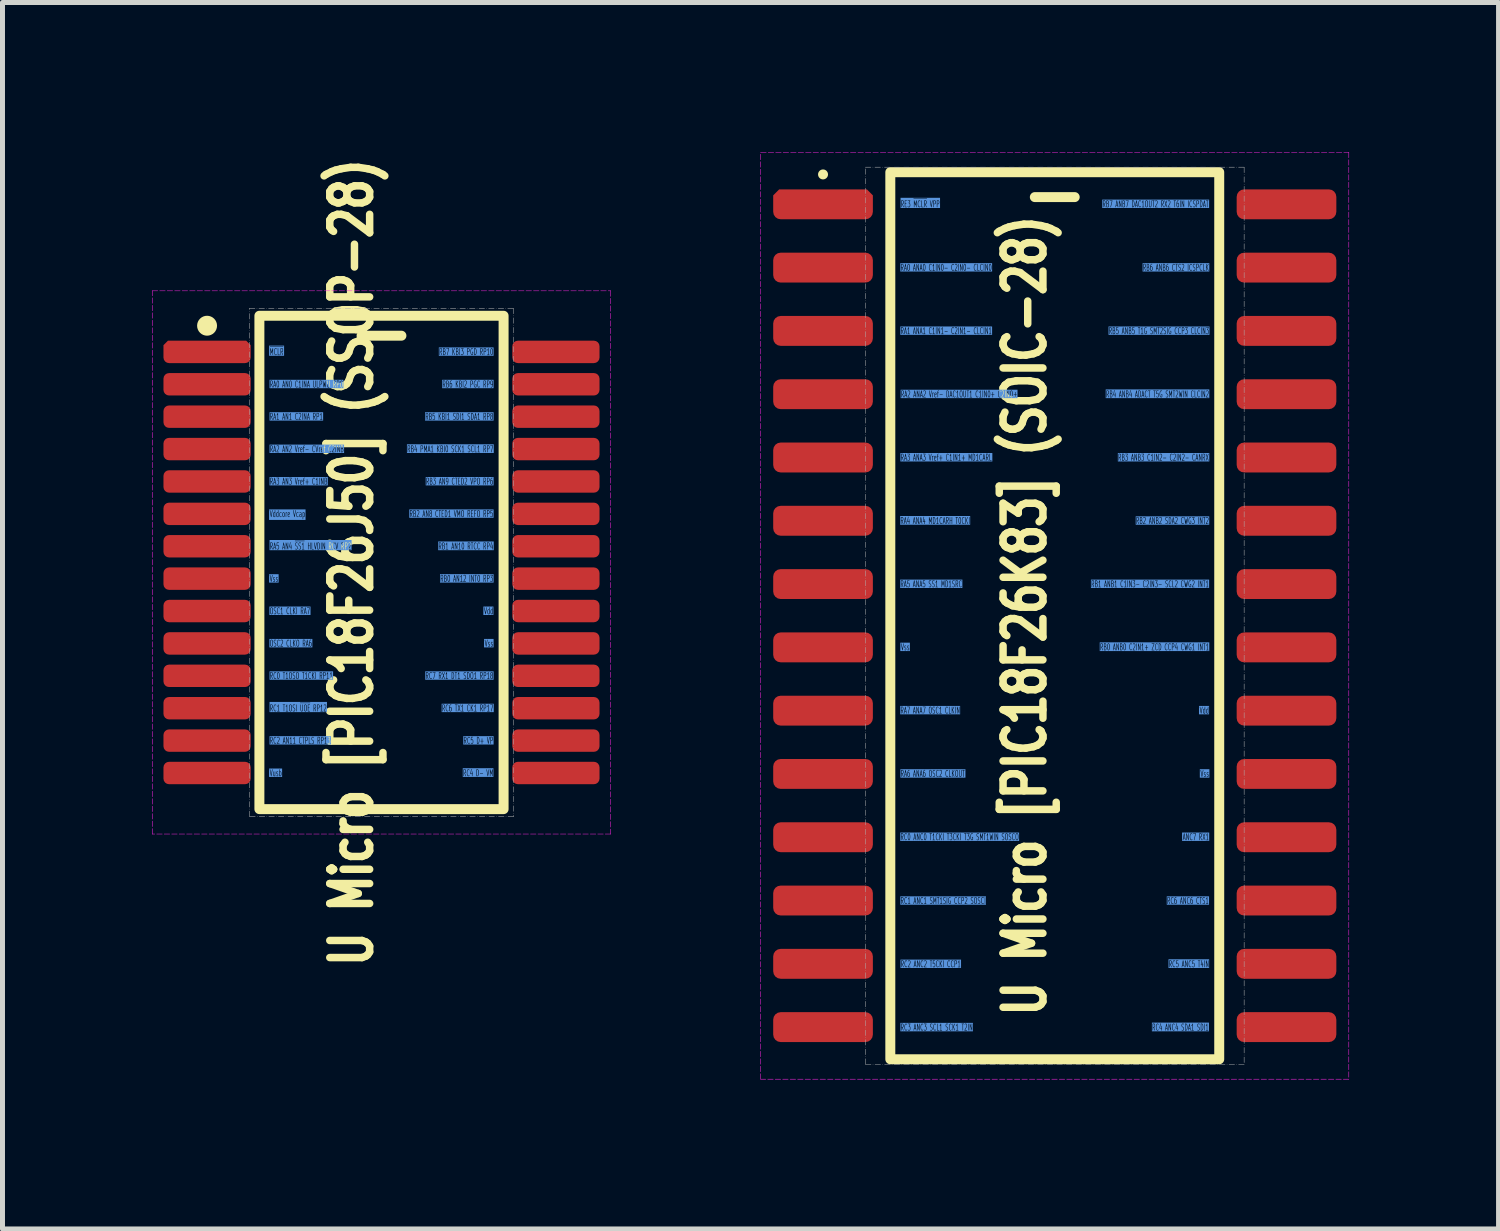
<source format=kicad_pcb>
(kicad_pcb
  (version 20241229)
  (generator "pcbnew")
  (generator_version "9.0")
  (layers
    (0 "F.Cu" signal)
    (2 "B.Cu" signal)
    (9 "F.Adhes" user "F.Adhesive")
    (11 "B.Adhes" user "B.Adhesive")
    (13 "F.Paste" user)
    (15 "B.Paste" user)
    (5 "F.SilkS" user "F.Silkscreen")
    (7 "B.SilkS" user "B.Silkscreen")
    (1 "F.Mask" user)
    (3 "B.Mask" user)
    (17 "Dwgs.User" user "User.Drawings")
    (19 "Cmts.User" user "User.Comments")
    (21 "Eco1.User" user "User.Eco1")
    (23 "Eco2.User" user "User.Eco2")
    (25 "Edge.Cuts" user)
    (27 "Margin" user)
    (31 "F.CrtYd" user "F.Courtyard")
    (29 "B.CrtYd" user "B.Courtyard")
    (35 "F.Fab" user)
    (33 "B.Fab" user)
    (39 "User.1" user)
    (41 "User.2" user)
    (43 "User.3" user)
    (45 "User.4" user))
  (footprint "U Micro [PIC18F26J50] (SSOP-28)"
    (layer "F.Cu")
    (at 4.605 8.236)
    (property "Reference" "U Micro [PIC18F26J50] (SSOP-28)" (at -0.6 0 90) (layer "F.SilkS") (effects (font (size 0.8 0.6) (thickness 0.15))))
    (attr smd)
    (fp_line (start -0.4 -4.55) (end 0.4 -4.55) (stroke (width 0.2) (type default)) (layer "F.SilkS"))
    (fp_rect (start -2.45 -4.95) (end 2.45 4.95) (stroke (width 0.2) (type default)) (fill no) (layer "F.SilkS"))
    (fp_circle (center -3.5 -4.75) (end -3.35 -4.75) (stroke (width 0.1) (type solid)) (fill yes) (layer "F.SilkS"))
    (fp_rect (start -4.6 -5.45) (end 4.6 5.45) (stroke (width 0.01) (type dash)) (fill no) (layer "F.CrtYd"))
    (fp_rect (start -2.65 -5.1) (end 2.65 5.1) (stroke (width 0.01) (type dash_dot)) (fill no) (layer "F.Fab"))
    (fp_text user "RC1 T1OSI ~{UOE} RP12" (at -2.25 2.925 0) (layer "Cmts.User" knockout) (effects (font (size 0.13 0.07) (thickness 0.01)) (justify left)))
    (fp_text user "RC4 D- VM" (at 2.25 4.225 0) (layer "Cmts.User" knockout) (effects (font (size 0.13 0.07) (thickness 0.01)) (justify right)))
    (fp_text user "Vdd" (at 2.25 0.975 0) (layer "Cmts.User" knockout) (effects (font (size 0.13 0.07) (thickness 0.01) (bold yes)) (justify right)))
    (fp_text user "Vddcore Vcap" (at -2.25 -0.975 0) (layer "Cmts.User" knockout) (effects (font (size 0.13 0.07) (thickness 0.01) (bold yes)) (justify left)))
    (fp_text user "~{MCLR}" (at -2.25 -4.225 0) (layer "Cmts.User" knockout) (effects (font (size 0.13 0.07) (thickness 0.01) (bold yes)) (justify left)))
    (fp_text user "RA5 AN4 ~{SS1} HLVDIN RCV RP2" (at -2.25 -0.325 0) (layer "Cmts.User" knockout) (effects (font (size 0.13 0.07) (thickness 0.01)) (justify left)))
    (fp_text user "RC6 TX1 CK1 RP17" (at 2.25 2.925 0) (layer "Cmts.User" knockout) (effects (font (size 0.13 0.07) (thickness 0.01)) (justify right)))
    (fp_text user "RB1 AN10 RTCC RP4" (at 2.25 -0.325 0) (layer "Cmts.User" knockout) (effects (font (size 0.13 0.07) (thickness 0.01)) (justify right)))
    (fp_text user "RA0 AN0 C1INA ULPWU RP0" (at -2.25 -3.575 0) (layer "Cmts.User" knockout) (effects (font (size 0.13 0.07) (thickness 0.01)) (justify left)))
    (fp_text user "OSC2 CLKO RA6" (at -2.25 1.625 0) (layer "Cmts.User" knockout) (effects (font (size 0.13 0.07) (thickness 0.01)) (justify left)))
    (fp_text user "Vss" (at 2.25 1.625 0) (layer "Cmts.User" knockout) (effects (font (size 0.13 0.07) (thickness 0.01) (bold yes)) (justify right)))
    (fp_text user "RA1 AN1 C2INA RP1" (at -2.25 -2.925 0) (layer "Cmts.User" knockout) (effects (font (size 0.13 0.07) (thickness 0.01)) (justify left)))
    (fp_text user "RB4 PMA1 KBI0 SCK1 SCL1 RP7" (at 2.25 -2.275 0) (layer "Cmts.User" knockout) (effects (font (size 0.13 0.07) (thickness 0.01)) (justify right)))
    (fp_text user "RB0 AN12 INT0 RP3" (at 2.25 0.325 0) (layer "Cmts.User" knockout) (effects (font (size 0.13 0.07) (thickness 0.01)) (justify right)))
    (fp_text user "Vusb" (at -2.25 4.225 0) (layer "Cmts.User" knockout) (effects (font (size 0.13 0.07) (thickness 0.01) (bold yes)) (justify left)))
    (fp_text user "RB2 AN8 CTED1 VMO REFO RP5" (at 2.25 -0.975 0) (layer "Cmts.User" knockout) (effects (font (size 0.13 0.07) (thickness 0.01)) (justify right)))
    (fp_text user "Vss" (at -2.25 0.325 0) (layer "Cmts.User" knockout) (effects (font (size 0.13 0.07) (thickness 0.01) (bold yes)) (justify left)))
    (fp_text user "RB5 KBI1 SDI1 SDA1 RP8" (at 2.25 -2.925 0) (layer "Cmts.User" knockout) (effects (font (size 0.13 0.07) (thickness 0.01)) (justify right)))
    (fp_text user "RB7 KBI3 PGD RP10" (at 2.25 -4.225 0) (layer "Cmts.User" knockout) (effects (font (size 0.13 0.07) (thickness 0.01) (bold yes)) (justify right)))
    (fp_text user "OSC1 CLKI RA7" (at -2.25 0.975 0) (layer "Cmts.User" knockout) (effects (font (size 0.13 0.07) (thickness 0.01)) (justify left)))
    (fp_text user "RC5 D+ VP" (at 2.25 3.575 0) (layer "Cmts.User" knockout) (effects (font (size 0.13 0.07) (thickness 0.01)) (justify right)))
    (fp_text user "RB3 AN9 CTED2 VPO RP6" (at 2.25 -1.625 0) (layer "Cmts.User" knockout) (effects (font (size 0.13 0.07) (thickness 0.01)) (justify right)))
    (fp_text user "RC0 T1OSO T1CKI RP11" (at -2.25 2.275 0) (layer "Cmts.User" knockout) (effects (font (size 0.13 0.07) (thickness 0.01)) (justify left)))
    (fp_text user "RC7 RX1 DT1 SDO1 RP18" (at 2.25 2.275 0) (layer "Cmts.User" knockout) (effects (font (size 0.13 0.07) (thickness 0.01)) (justify right)))
    (fp_text user "RA2 AN2 Vref- CVref C2INB" (at -2.25 -2.275 0) (layer "Cmts.User" knockout) (effects (font (size 0.13 0.07) (thickness 0.01)) (justify left)))
    (fp_text user "RB6 KBI2 PGC RP9" (at 2.25 -3.575 0) (layer "Cmts.User" knockout) (effects (font (size 0.13 0.07) (thickness 0.01) (bold yes)) (justify right)))
    (fp_text user "RC2 AN11 CTPLS RP13" (at -2.25 3.575 0) (layer "Cmts.User" knockout) (effects (font (size 0.13 0.07) (thickness 0.01)) (justify left)))
    (fp_text user "RA3 AN3 Vref+ C1INB" (at -2.25 -1.625 0) (layer "Cmts.User" knockout) (effects (font (size 0.13 0.07) (thickness 0.01)) (justify left)))
    (pad "1" smd roundrect (at -3.5 -4.225) (size 1.75 0.45) (layers "F.Cu" "F.Mask" "F.Paste") (roundrect_rratio 0.25) (chamfer_ratio 0.2) (chamfer top_left top_right))
    (pad "2" smd roundrect (at -3.5 -3.575) (size 1.75 0.45) (layers "F.Cu" "F.Mask" "F.Paste") (roundrect_rratio 0.25))
    (pad "3" smd roundrect (at -3.5 -2.925) (size 1.75 0.45) (layers "F.Cu" "F.Mask" "F.Paste") (roundrect_rratio 0.25))
    (pad "4" smd roundrect (at -3.5 -2.275) (size 1.75 0.45) (layers "F.Cu" "F.Mask" "F.Paste") (roundrect_rratio 0.25))
    (pad "5" smd roundrect (at -3.5 -1.625) (size 1.75 0.45) (layers "F.Cu" "F.Mask" "F.Paste") (roundrect_rratio 0.25))
    (pad "6" smd roundrect (at -3.5 -0.975) (size 1.75 0.45) (layers "F.Cu" "F.Mask" "F.Paste") (roundrect_rratio 0.25))
    (pad "7" smd roundrect (at -3.5 -0.325) (size 1.75 0.45) (layers "F.Cu" "F.Mask" "F.Paste") (roundrect_rratio 0.25))
    (pad "8" smd roundrect (at -3.5 0.325) (size 1.75 0.45) (layers "F.Cu" "F.Mask" "F.Paste") (roundrect_rratio 0.25))
    (pad "9" smd roundrect (at -3.5 0.975) (size 1.75 0.45) (layers "F.Cu" "F.Mask" "F.Paste") (roundrect_rratio 0.25))
    (pad "10" smd roundrect (at -3.5 1.625) (size 1.75 0.45) (layers "F.Cu" "F.Mask" "F.Paste") (roundrect_rratio 0.25))
    (pad "11" smd roundrect (at -3.5 2.275) (size 1.75 0.45) (layers "F.Cu" "F.Mask" "F.Paste") (roundrect_rratio 0.25))
    (pad "12" smd roundrect (at -3.5 2.925) (size 1.75 0.45) (layers "F.Cu" "F.Mask" "F.Paste") (roundrect_rratio 0.25))
    (pad "13" smd roundrect (at -3.5 3.575) (size 1.75 0.45) (layers "F.Cu" "F.Mask" "F.Paste") (roundrect_rratio 0.25))
    (pad "14" smd roundrect (at -3.5 4.225) (size 1.75 0.45) (layers "F.Cu" "F.Mask" "F.Paste") (roundrect_rratio 0.25))
    (pad "15" smd roundrect (at 3.5 4.225) (size 1.75 0.45) (layers "F.Cu" "F.Mask" "F.Paste") (roundrect_rratio 0.25))
    (pad "16" smd roundrect (at 3.5 3.575) (size 1.75 0.45) (layers "F.Cu" "F.Mask" "F.Paste") (roundrect_rratio 0.25))
    (pad "17" smd roundrect (at 3.5 2.925) (size 1.75 0.45) (layers "F.Cu" "F.Mask" "F.Paste") (roundrect_rratio 0.25))
    (pad "18" smd roundrect (at 3.5 2.275) (size 1.75 0.45) (layers "F.Cu" "F.Mask" "F.Paste") (roundrect_rratio 0.25))
    (pad "19" smd roundrect (at 3.5 1.625) (size 1.75 0.45) (layers "F.Cu" "F.Mask" "F.Paste") (roundrect_rratio 0.25))
    (pad "20" smd roundrect (at 3.5 0.975) (size 1.75 0.45) (layers "F.Cu" "F.Mask" "F.Paste") (roundrect_rratio 0.25))
    (pad "21" smd roundrect (at 3.5 0.325) (size 1.75 0.45) (layers "F.Cu" "F.Mask" "F.Paste") (roundrect_rratio 0.25))
    (pad "22" smd roundrect (at 3.5 -0.325) (size 1.75 0.45) (layers "F.Cu" "F.Mask" "F.Paste") (roundrect_rratio 0.25))
    (pad "23" smd roundrect (at 3.5 -0.975) (size 1.75 0.45) (layers "F.Cu" "F.Mask" "F.Paste") (roundrect_rratio 0.25))
    (pad "24" smd roundrect (at 3.5 -1.625) (size 1.75 0.45) (layers "F.Cu" "F.Mask" "F.Paste") (roundrect_rratio 0.25))
    (pad "25" smd roundrect (at 3.5 -2.275) (size 1.75 0.45) (layers "F.Cu" "F.Mask" "F.Paste") (roundrect_rratio 0.25))
    (pad "26" smd roundrect (at 3.5 -2.925) (size 1.75 0.45) (layers "F.Cu" "F.Mask" "F.Paste") (roundrect_rratio 0.25))
    (pad "27" smd roundrect (at 3.5 -3.575) (size 1.75 0.45) (layers "F.Cu" "F.Mask" "F.Paste") (roundrect_rratio 0.25))
    (pad "28" smd roundrect (at 3.5 -4.225) (size 1.75 0.45) (layers "F.Cu" "F.Mask" "F.Paste") (roundrect_rratio 0.25)))
  (footprint "U Micro [PIC18F26K83] (SOIC-28)"
    (layer "F.Cu")
    (at 18.115 9.305)
    (property "Reference" "U Micro [PIC18F26K83] (SOIC-28)" (at -0.6 0 90) (layer "F.SilkS") (effects (font (size 0.8 0.6) (thickness 0.15))))
    (attr smd)
    (fp_line (start -0.4 -8.4) (end 0.4 -8.4) (stroke (width 0.2) (type default)) (layer "F.SilkS"))
    (fp_rect (start 3.3 8.9) (end -3.3 -8.9) (stroke (width 0.2) (type default)) (fill no) (layer "F.SilkS"))
    (fp_circle (center -4.65 -8.855) (end -4.6 -8.855) (stroke (width 0.1) (type solid)) (fill yes) (layer "F.SilkS"))
    (fp_rect (start -5.9 -9.3) (end 5.9 9.3) (stroke (width 0.01) (type dash)) (fill no) (layer "F.CrtYd"))
    (fp_rect (start -3.8 -9) (end 3.8 9) (stroke (width 0.01) (type dash_dot)) (fill no) (layer "F.Fab"))
    (fp_text user "RA2 ANA2 Vref- DAC1OUT1 C1IN0+ C2IN0+" (at -1.92 -4.445 0) (layer "Cmts.User" knockout) (effects (font (size 0.13 0.07) (thickness 0.01) (bold yes))))
    (fp_text user "RC0 ANC0 T1CKI T3CKI T3G SMT1WIN SOSCO" (at -1.91 4.44 0) (layer "Cmts.User" knockout) (effects (font (size 0.13 0.07) (thickness 0.01))))
    (fp_text user "RC2 ANC2 T5CKI CCP1" (at -2.49 6.99 0) (layer "Cmts.User" knockout) (effects (font (size 0.13 0.07) (thickness 0.01))))
    (fp_text user "RB1 ANB1 C1IN3- C2IN3- SCL2 CWG2 INT1" (at 1.91 -0.635 0) (layer "Cmts.User" knockout) (effects (font (size 0.13 0.07) (thickness 0.01))))
    (fp_text user "RA7 ANA7 OSC1 CLKIN" (at -2.5 1.9 0) (layer "Cmts.User" knockout) (effects (font (size 0.13 0.07) (thickness 0.01))))
    (fp_text user "RA3 ANA3 Vref+ C1IN1+ MD1CARL" (at -2.18 -3.175 0) (layer "Cmts.User" knockout) (effects (font (size 0.13 0.07) (thickness 0.01))))
    (fp_text user "RC4 ANC4 SDA1 SDI1" (at 2.52 8.26 0) (layer "Cmts.User" knockout) (effects (font (size 0.13 0.07) (thickness 0.01) (bold yes))))
    (fp_text user "RB5 ANB5 T1G SMT2SIG CCP3 CLCIN3" (at 2.09 -5.715 0) (layer "Cmts.User" knockout) (effects (font (size 0.13 0.07) (thickness 0.01))))
    (fp_text user "RA0 ANA0 C1IN0- C2IN0- CLCIN0" (at -2.18 -6.985 0) (layer "Cmts.User" knockout) (effects (font (size 0.13 0.07) (thickness 0.01))))
    (fp_text user "RB6 ANB6 CTS2 ICSPCLK" (at 2.43 -6.985 0) (layer "Cmts.User" knockout) (effects (font (size 0.13 0.07) (thickness 0.01))))
    (fp_text user "RA4 ANA4 MD1CARH T0CKI" (at -2.4 -1.905 0) (layer "Cmts.User" knockout) (effects (font (size 0.13 0.07) (thickness 0.01))))
    (fp_text user "RB4 ANB4 ADACT T5G SMT2WIN CLCIN2" (at 2.06 -4.445 0) (layer "Cmts.User" knockout) (effects (font (size 0.13 0.07) (thickness 0.01) (bold yes))))
    (fp_text user "RE3 ~{MCLR} VPP" (at -2.7 -8.26 0) (layer "Cmts.User" knockout) (effects (font (size 0.13 0.07) (thickness 0.01) (bold yes))))
    (fp_text user "RB2 ANB2 SDA2 CWG3 INT2" (at 2.36 -1.905 0) (layer "Cmts.User" knockout) (effects (font (size 0.13 0.07) (thickness 0.01) (bold yes))))
    (fp_text user "RC6 ANC6 CTS1" (at 2.67 5.72 0) (layer "Cmts.User" knockout) (effects (font (size 0.13 0.07) (thickness 0.01))))
    (fp_text user "RA6 ANA6 OSC2 CLKOUT" (at -2.45 3.17 0) (layer "Cmts.User" knockout) (effects (font (size 0.13 0.07) (thickness 0.01))))
    (fp_text user "ANC7 RX1" (at 2.83 4.44 0) (layer "Cmts.User" knockout) (effects (font (size 0.13 0.07) (thickness 0.01))))
    (fp_text user "RB3 ANB3 C1IN2- C2IN2- CANRX" (at 2.18 -3.175 0) (layer "Cmts.User" knockout) (effects (font (size 0.13 0.07) (thickness 0.01) (bold yes))))
    (fp_text user "RB0 ANB0 C2IN1+ ZCD CCP4 CWG1 INT1" (at 2 0.63 0) (layer "Cmts.User" knockout) (effects (font (size 0.13 0.07) (thickness 0.01) (bold yes))))
    (fp_text user "RC1 ANC1 SMT1SIG CCP2 SOSCI" (at -2.24 5.72 0) (layer "Cmts.User" knockout) (effects (font (size 0.13 0.07) (thickness 0.01))))
    (fp_text user "Vss" (at 3.01 3.17 0) (layer "Cmts.User" knockout) (effects (font (size 0.13 0.07) (thickness 0.01))))
    (fp_text user "RC5 ANC5 T4IN" (at 2.69 6.99 0) (layer "Cmts.User" knockout) (effects (font (size 0.13 0.07) (thickness 0.01) (bold yes))))
    (fp_text user "RA5 ANA5 SS1 MD1SRC" (at -2.48 -0.635 0) (layer "Cmts.User" knockout) (effects (font (size 0.13 0.07) (thickness 0.01))))
    (fp_text user "RC3 ANC3 SCL1 SCK1 T2IN" (at -2.37 8.26 0) (layer "Cmts.User" knockout) (effects (font (size 0.13 0.07) (thickness 0.01))))
    (fp_text user "Vdd" (at 3 1.9 0) (layer "Cmts.User" knockout) (effects (font (size 0.13 0.07) (thickness 0.01) (bold yes))))
    (fp_text user "Vss" (at -3 0.63 0) (layer "Cmts.User" knockout) (effects (font (size 0.13 0.07) (thickness 0.01))))
    (fp_text user "RB7 ANB7 DAC1OUT2 RX2 T6IN ICSPDAT" (at 2.02 -8.26 0) (layer "Cmts.User" knockout) (effects (font (size 0.13 0.07) (thickness 0.01) (bold yes))))
    (fp_text user "RA1 ANA1 C1IN1- C2IN1- CLCIN1" (at -2.18 -5.715 0) (layer "Cmts.User" knockout) (effects (font (size 0.13 0.07) (thickness 0.01))))
    (pad "1" smd roundrect (at -4.65 -8.255) (size 2 0.6) (layers "F.Cu" "F.Mask" "F.Paste") (roundrect_rratio 0.25) (chamfer_ratio 0.2) (chamfer top_left top_right))
    (pad "2" smd roundrect (at -4.65 -6.985) (size 2 0.6) (layers "F.Cu" "F.Mask" "F.Paste") (roundrect_rratio 0.25))
    (pad "3" smd roundrect (at -4.65 -5.715) (size 2 0.6) (layers "F.Cu" "F.Mask" "F.Paste") (roundrect_rratio 0.25))
    (pad "4" smd roundrect (at -4.65 -4.445) (size 2 0.6) (layers "F.Cu" "F.Mask" "F.Paste") (roundrect_rratio 0.25))
    (pad "5" smd roundrect (at -4.65 -3.175) (size 2 0.6) (layers "F.Cu" "F.Mask" "F.Paste") (roundrect_rratio 0.25))
    (pad "6" smd roundrect (at -4.65 -1.905) (size 2 0.6) (layers "F.Cu" "F.Mask" "F.Paste") (roundrect_rratio 0.25))
    (pad "7" smd roundrect (at -4.65 -0.635) (size 2 0.6) (layers "F.Cu" "F.Mask" "F.Paste") (roundrect_rratio 0.25))
    (pad "8" smd roundrect (at -4.65 0.635) (size 2 0.6) (layers "F.Cu" "F.Mask" "F.Paste") (roundrect_rratio 0.25))
    (pad "9" smd roundrect (at -4.65 1.905) (size 2 0.6) (layers "F.Cu" "F.Mask" "F.Paste") (roundrect_rratio 0.25))
    (pad "10" smd roundrect (at -4.65 3.175) (size 2 0.6) (layers "F.Cu" "F.Mask" "F.Paste") (roundrect_rratio 0.25))
    (pad "11" smd roundrect (at -4.65 4.445) (size 2 0.6) (layers "F.Cu" "F.Mask" "F.Paste") (roundrect_rratio 0.25))
    (pad "12" smd roundrect (at -4.65 5.715) (size 2 0.6) (layers "F.Cu" "F.Mask" "F.Paste") (roundrect_rratio 0.25))
    (pad "13" smd roundrect (at -4.65 6.985) (size 2 0.6) (layers "F.Cu" "F.Mask" "F.Paste") (roundrect_rratio 0.25))
    (pad "14" smd roundrect (at -4.65 8.255) (size 2 0.6) (layers "F.Cu" "F.Mask" "F.Paste") (roundrect_rratio 0.25))
    (pad "15" smd roundrect (at 4.65 8.255) (size 2 0.6) (layers "F.Cu" "F.Mask" "F.Paste") (roundrect_rratio 0.25))
    (pad "16" smd roundrect (at 4.65 6.985) (size 2 0.6) (layers "F.Cu" "F.Mask" "F.Paste") (roundrect_rratio 0.25))
    (pad "17" smd roundrect (at 4.65 5.715) (size 2 0.6) (layers "F.Cu" "F.Mask" "F.Paste") (roundrect_rratio 0.25))
    (pad "18" smd roundrect (at 4.65 4.445) (size 2 0.6) (layers "F.Cu" "F.Mask" "F.Paste") (roundrect_rratio 0.25))
    (pad "19" smd roundrect (at 4.65 3.175) (size 2 0.6) (layers "F.Cu" "F.Mask" "F.Paste") (roundrect_rratio 0.25))
    (pad "20" smd roundrect (at 4.65 1.905) (size 2 0.6) (layers "F.Cu" "F.Mask" "F.Paste") (roundrect_rratio 0.25))
    (pad "21" smd roundrect (at 4.65 0.635) (size 2 0.6) (layers "F.Cu" "F.Mask" "F.Paste") (roundrect_rratio 0.25))
    (pad "22" smd roundrect (at 4.65 -0.635) (size 2 0.6) (layers "F.Cu" "F.Mask" "F.Paste") (roundrect_rratio 0.25))
    (pad "23" smd roundrect (at 4.65 -1.905) (size 2 0.6) (layers "F.Cu" "F.Mask" "F.Paste") (roundrect_rratio 0.25))
    (pad "24" smd roundrect (at 4.65 -3.175) (size 2 0.6) (layers "F.Cu" "F.Mask" "F.Paste") (roundrect_rratio 0.25))
    (pad "25" smd roundrect (at 4.65 -4.445) (size 2 0.6) (layers "F.Cu" "F.Mask" "F.Paste") (roundrect_rratio 0.25))
    (pad "26" smd roundrect (at 4.65 -5.715) (size 2 0.6) (layers "F.Cu" "F.Mask" "F.Paste") (roundrect_rratio 0.25))
    (pad "27" smd roundrect (at 4.65 -6.985) (size 2 0.6) (layers "F.Cu" "F.Mask" "F.Paste") (roundrect_rratio 0.25))
    (pad "28" smd roundrect (at 4.65 -8.255) (size 2 0.6) (layers "F.Cu" "F.Mask" "F.Paste") (roundrect_rratio 0.25)))
  (gr_rect
    (start -3 -3)
    (end 27.02 21.61)
    (stroke (width 0.1) (type default))
    (fill no)
    (layer "Edge.Cuts")))
</source>
